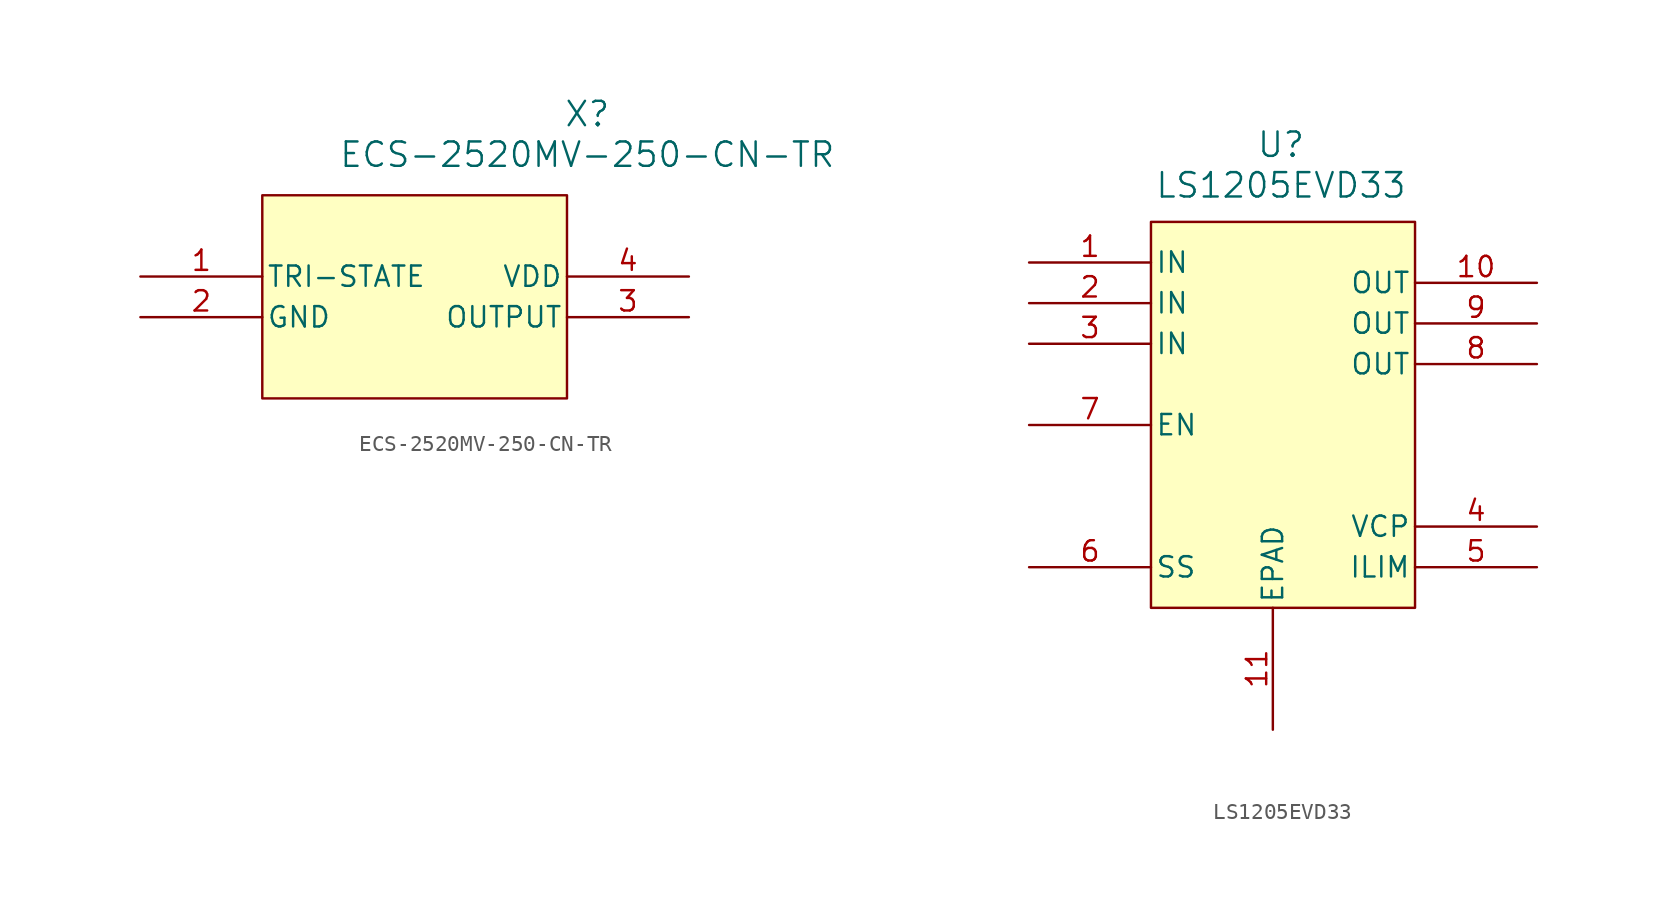
<source format=kicad_sym>
(kicad_symbol_lib
  (version 20241209)
  (generator "kicad_symbol_editor")
  (generator_version "9.0")
  (symbol "ECS-2520MV-250-CN-TR"
    (pin_names
      (offset 0.254))
    (property "Reference" "X"
      (at 27.94 10.16 0)
      (effects (font (size 1.524 1.524))))
    (property "Value" "ECS-2520MV-250-CN-TR"
      (at 27.94 7.62 0)
      (effects (font (size 1.524 1.524))))
    (property "ki_locked" ""
      (at 0 0 0)
      (effects (font (size 1.27 1.27))))
    (symbol "ECS-2520MV-250-CN-TR_0_1"
      (pin tri_state line (at 0 0 0) (length 7.62) (name "TRI-STATE" (effects (font (size 1.27 1.27)))) (number "1" (effects (font (size 1.27 1.27)))))
      (pin power_out line (at 0 -2.54 0) (length 7.62) (name "GND" (effects (font (size 1.27 1.27)))) (number "2" (effects (font (size 1.27 1.27)))))
      (pin power_in line (at 34.29 0 180) (length 7.62) (name "VDD" (effects (font (size 1.27 1.27)))) (number "4" (effects (font (size 1.27 1.27)))))
      (pin output line (at 34.29 -2.54 180) (length 7.62) (name "OUTPUT" (effects (font (size 1.27 1.27)))) (number "3" (effects (font (size 1.27 1.27))))))
    (symbol "ECS-2520MV-250-CN-TR_1_1"
      (rectangle (start 7.62 5.08) (end 26.67 -7.62) (stroke (width 0) (type default)) (fill (type background)))))
  (symbol "LS1205EVD33"
    (pin_names
      (offset 0.254))
    (property "Reference" "U"
      (at 15.748 9.906 0)
      (effects (font (size 1.524 1.524))))
    (property "Value" "LS1205EVD33"
      (at 15.748 7.366 0)
      (effects (font (size 1.524 1.524))))
    (property "ki_locked" ""
      (at 0 0 0)
      (effects (font (size 1.27 1.27))))
    (symbol "LS1205EVD33_0_1"
      (pin input line (at 0 2.54 0) (length 7.62) (name "IN" (effects (font (size 1.27 1.27)))) (number "1" (effects (font (size 1.27 1.27)))))
      (pin input line (at 0 0 0) (length 7.62) (name "IN" (effects (font (size 1.27 1.27)))) (number "2" (effects (font (size 1.27 1.27)))))
      (pin input line (at 0 -2.54 0) (length 7.62) (name "IN" (effects (font (size 1.27 1.27)))) (number "3" (effects (font (size 1.27 1.27)))))
      (pin unspecified line (at 0 -7.62 0) (length 7.62) (name "EN" (effects (font (size 1.27 1.27)))) (number "7" (effects (font (size 1.27 1.27)))))
      (pin unspecified line (at 0 -16.51 0) (length 7.62) (name "SS" (effects (font (size 1.27 1.27)))) (number "6" (effects (font (size 1.27 1.27)))))
      (pin power_out line (at 15.24 -26.67 90) (length 7.62) (name "EPAD" (effects (font (size 1.27 1.27)))) (number "11" (effects (font (size 1.27 1.27)))))
      (pin output line (at 31.75 1.27 180) (length 7.62) (name "OUT" (effects (font (size 1.27 1.27)))) (number "10" (effects (font (size 1.27 1.27)))))
      (pin output line (at 31.75 -1.27 180) (length 7.62) (name "OUT" (effects (font (size 1.27 1.27)))) (number "9" (effects (font (size 1.27 1.27)))))
      (pin output line (at 31.75 -3.81 180) (length 7.62) (name "OUT" (effects (font (size 1.27 1.27)))) (number "8" (effects (font (size 1.27 1.27)))))
      (pin unspecified line (at 31.75 -13.97 180) (length 7.62) (name "VCP" (effects (font (size 1.27 1.27)))) (number "4" (effects (font (size 1.27 1.27)))))
      (pin unspecified line (at 31.75 -16.51 180) (length 7.62) (name "ILIM" (effects (font (size 1.27 1.27)))) (number "5" (effects (font (size 1.27 1.27))))))
    (symbol "LS1205EVD33_1_1"
      (rectangle (start 7.62 5.08) (end 24.13 -19.05) (stroke (width 0) (type default)) (fill (type background))))))
</source>
